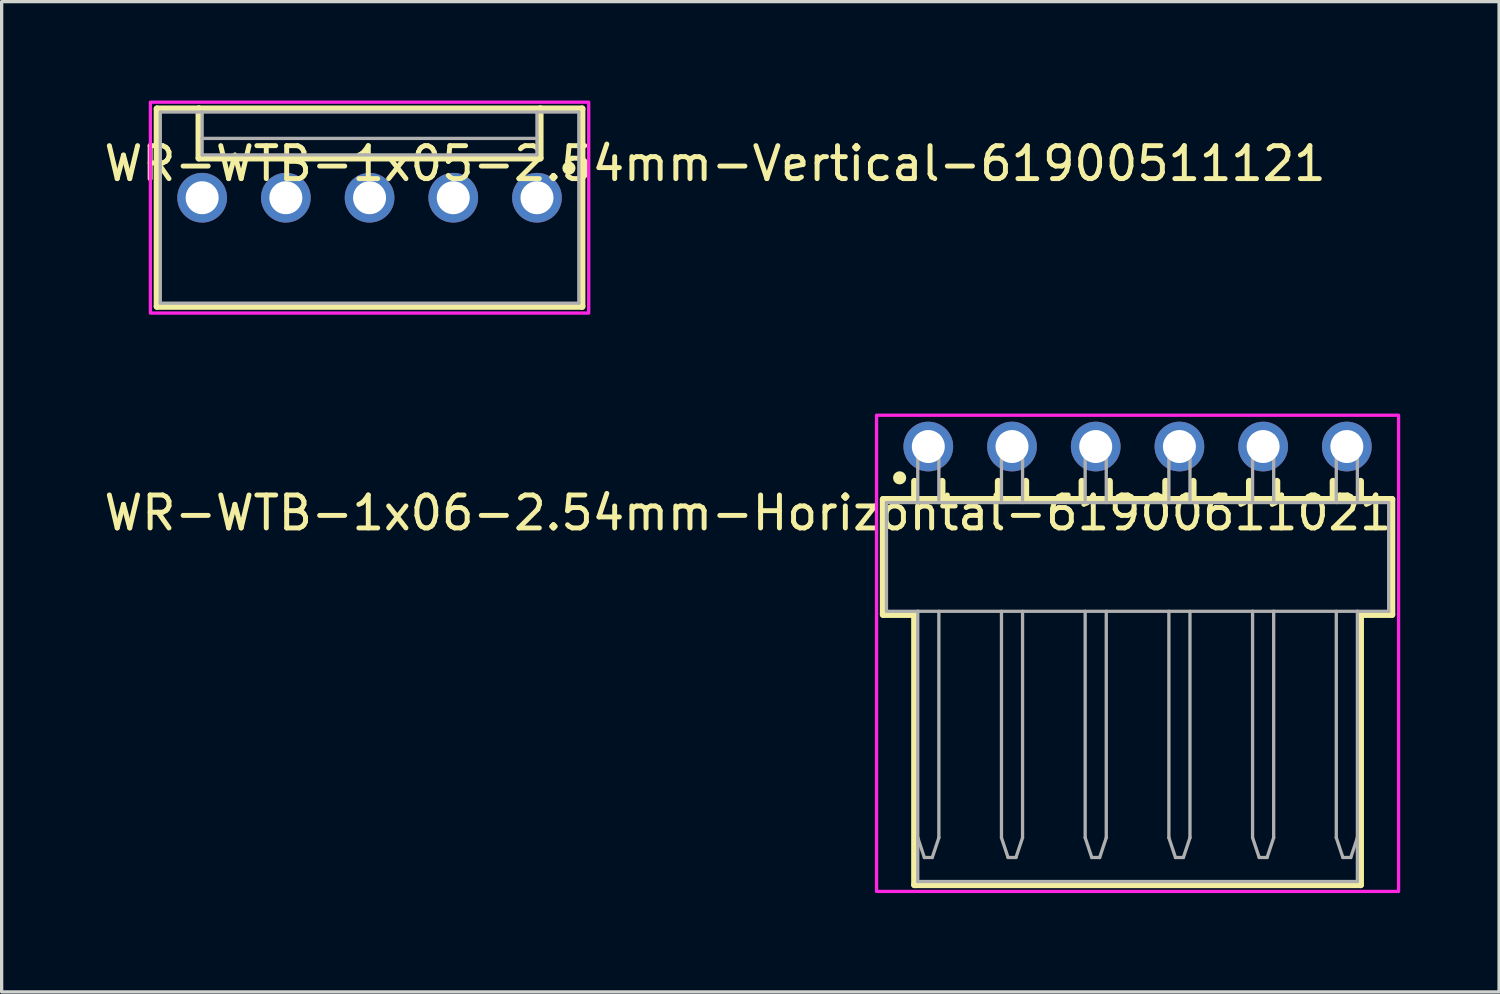
<source format=kicad_pcb>
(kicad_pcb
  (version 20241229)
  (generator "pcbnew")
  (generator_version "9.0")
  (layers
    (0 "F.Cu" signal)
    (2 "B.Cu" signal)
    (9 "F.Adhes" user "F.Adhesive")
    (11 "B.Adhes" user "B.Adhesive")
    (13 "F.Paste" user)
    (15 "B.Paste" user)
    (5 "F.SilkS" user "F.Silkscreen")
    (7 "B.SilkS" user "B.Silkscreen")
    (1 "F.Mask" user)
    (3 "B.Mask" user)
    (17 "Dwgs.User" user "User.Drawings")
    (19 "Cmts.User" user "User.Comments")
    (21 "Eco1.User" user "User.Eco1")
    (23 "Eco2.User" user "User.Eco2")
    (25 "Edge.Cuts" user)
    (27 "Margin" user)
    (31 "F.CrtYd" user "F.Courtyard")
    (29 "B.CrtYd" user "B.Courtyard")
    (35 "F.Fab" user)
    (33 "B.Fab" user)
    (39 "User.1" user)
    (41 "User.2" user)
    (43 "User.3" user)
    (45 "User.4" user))
  (footprint "WR-WTB-1x06-2.54mm-Horizontal-61900611021"
    (layer "F.Cu")
    (at 31.469 13.85)
    (property "Reference" "WR-WTB-1x06-2.54mm-Horizontal-61900611021" (at -11.82 -1.335 0) (layer "F.SilkS") (effects (font (size 1 1) (thickness 0.15))))
    (attr through_hole)
    (fp_line (start -7.72 -1.75) (end -6.77 -1.75) (stroke (width 0.2) (type solid)) (layer "F.SilkS"))
    (fp_line (start -7.72 1.75) (end -7.72 -1.75) (stroke (width 0.2) (type solid)) (layer "F.SilkS"))
    (fp_line (start -6.77 -2.3) (end -6.77 -1.75) (stroke (width 0.2) (type solid)) (layer "F.SilkS"))
    (fp_line (start -6.77 -1.75) (end -5.93 -1.75) (stroke (width 0.2) (type solid)) (layer "F.SilkS"))
    (fp_line (start -6.77 1.75) (end -7.72 1.75) (stroke (width 0.2) (type solid)) (layer "F.SilkS"))
    (fp_line (start -6.77 9.95) (end -6.77 1.75) (stroke (width 0.2) (type solid)) (layer "F.SilkS"))
    (fp_line (start -5.93 -2.3) (end -5.93 -1.75) (stroke (width 0.2) (type solid)) (layer "F.SilkS"))
    (fp_line (start -5.93 -1.75) (end 7.72 -1.75) (stroke (width 0.2) (type solid)) (layer "F.SilkS"))
    (fp_line (start -4.23 -2.3) (end -4.23 -1.75) (stroke (width 0.2) (type solid)) (layer "F.SilkS"))
    (fp_line (start -3.39 -2.3) (end -3.39 -1.75) (stroke (width 0.2) (type solid)) (layer "F.SilkS"))
    (fp_line (start -1.69 -2.3) (end -1.69 -1.75) (stroke (width 0.2) (type solid)) (layer "F.SilkS"))
    (fp_line (start -0.85 -2.3) (end -0.85 -1.75) (stroke (width 0.2) (type solid)) (layer "F.SilkS"))
    (fp_line (start 0.85 -2.3) (end 0.85 -1.75) (stroke (width 0.2) (type solid)) (layer "F.SilkS"))
    (fp_line (start 1.69 -2.3) (end 1.69 -1.75) (stroke (width 0.2) (type solid)) (layer "F.SilkS"))
    (fp_line (start 3.39 -2.3) (end 3.39 -1.75) (stroke (width 0.2) (type solid)) (layer "F.SilkS"))
    (fp_line (start 4.23 -2.3) (end 4.23 -1.75) (stroke (width 0.2) (type solid)) (layer "F.SilkS"))
    (fp_line (start 5.93 -2.3) (end 5.93 -1.75) (stroke (width 0.2) (type solid)) (layer "F.SilkS"))
    (fp_line (start 6.77 -2.3) (end 6.77 -1.75) (stroke (width 0.2) (type solid)) (layer "F.SilkS"))
    (fp_line (start 6.77 1.75) (end 6.77 9.95) (stroke (width 0.2) (type solid)) (layer "F.SilkS"))
    (fp_line (start 6.77 9.95) (end -6.77 9.95) (stroke (width 0.2) (type solid)) (layer "F.SilkS"))
    (fp_line (start 7.72 -1.75) (end 7.72 1.75) (stroke (width 0.2) (type solid)) (layer "F.SilkS"))
    (fp_line (start 7.72 1.75) (end 6.77 1.75) (stroke (width 0.2) (type solid)) (layer "F.SilkS"))
    (fp_circle (center -7.22 -2.4) (end -7.12 -2.4) (stroke (width 0.2) (type solid)) (fill no) (layer "F.SilkS"))
    (fp_poly (pts (xy -7.92 -4.3) (xy 7.92 -4.3) (xy 7.92 10.15) (xy -7.92 10.15)) (stroke (width 0.1) (type solid)) (fill no) (layer "F.CrtYd"))
    (fp_line (start -7.62 -1.65) (end 3.49 -1.65) (stroke (width 0.1) (type solid)) (layer "F.Fab"))
    (fp_line (start -7.62 1.65) (end -7.62 -1.65) (stroke (width 0.1) (type solid)) (layer "F.Fab"))
    (fp_line (start -7.62 1.65) (end -6.67 1.65) (stroke (width 0.1) (type solid)) (layer "F.Fab"))
    (fp_line (start -6.67 -3.67) (end -6.67 -1.65) (stroke (width 0.1) (type solid)) (layer "F.Fab"))
    (fp_line (start -6.67 -3.67) (end -6.03 -3.67) (stroke (width 0.1) (type solid)) (layer "F.Fab"))
    (fp_line (start -6.67 1.65) (end -6.67 8.52) (stroke (width 0.1) (type solid)) (layer "F.Fab"))
    (fp_line (start -6.67 1.65) (end 3.49 1.65) (stroke (width 0.1) (type solid)) (layer "F.Fab"))
    (fp_line (start -6.67 8.52) (end -6.47 9.12) (stroke (width 0.1) (type solid)) (layer "F.Fab"))
    (fp_line (start -6.67 9.85) (end -6.67 8.52) (stroke (width 0.1) (type solid)) (layer "F.Fab"))
    (fp_line (start -6.47 9.12) (end -6.23 9.12) (stroke (width 0.1) (type solid)) (layer "F.Fab"))
    (fp_line (start -6.23 9.12) (end -6.03 8.52) (stroke (width 0.1) (type solid)) (layer "F.Fab"))
    (fp_line (start -6.03 -3.67) (end -6.03 -1.65) (stroke (width 0.1) (type solid)) (layer "F.Fab"))
    (fp_line (start -6.03 8.52) (end -6.03 1.65) (stroke (width 0.1) (type solid)) (layer "F.Fab"))
    (fp_line (start -4.13 -3.67) (end -4.13 -1.65) (stroke (width 0.1) (type solid)) (layer "F.Fab"))
    (fp_line (start -4.13 -3.67) (end -3.49 -3.67) (stroke (width 0.1) (type solid)) (layer "F.Fab"))
    (fp_line (start -4.13 1.65) (end -4.13 8.52) (stroke (width 0.1) (type solid)) (layer "F.Fab"))
    (fp_line (start -4.13 8.52) (end -3.93 9.12) (stroke (width 0.1) (type solid)) (layer "F.Fab"))
    (fp_line (start -3.93 9.12) (end -3.69 9.12) (stroke (width 0.1) (type solid)) (layer "F.Fab"))
    (fp_line (start -3.69 9.12) (end -3.49 8.52) (stroke (width 0.1) (type solid)) (layer "F.Fab"))
    (fp_line (start -3.49 -3.67) (end -3.49 -1.65) (stroke (width 0.1) (type solid)) (layer "F.Fab"))
    (fp_line (start -3.49 8.52) (end -3.49 1.65) (stroke (width 0.1) (type solid)) (layer "F.Fab"))
    (fp_line (start -1.59 -3.67) (end -1.59 -1.65) (stroke (width 0.1) (type solid)) (layer "F.Fab"))
    (fp_line (start -1.59 -3.67) (end -0.95 -3.67) (stroke (width 0.1) (type solid)) (layer "F.Fab"))
    (fp_line (start -1.59 1.65) (end -1.59 8.52) (stroke (width 0.1) (type solid)) (layer "F.Fab"))
    (fp_line (start -1.59 8.52) (end -1.39 9.12) (stroke (width 0.1) (type solid)) (layer "F.Fab"))
    (fp_line (start -1.39 9.12) (end -1.15 9.12) (stroke (width 0.1) (type solid)) (layer "F.Fab"))
    (fp_line (start -1.15 9.12) (end -0.95 8.52) (stroke (width 0.1) (type solid)) (layer "F.Fab"))
    (fp_line (start -0.95 -3.67) (end -0.95 -1.65) (stroke (width 0.1) (type solid)) (layer "F.Fab"))
    (fp_line (start -0.95 8.52) (end -0.95 1.65) (stroke (width 0.1) (type solid)) (layer "F.Fab"))
    (fp_line (start 0.95 -3.67) (end 0.95 -1.65) (stroke (width 0.1) (type solid)) (layer "F.Fab"))
    (fp_line (start 0.95 -3.67) (end 1.59 -3.67) (stroke (width 0.1) (type solid)) (layer "F.Fab"))
    (fp_line (start 0.95 1.65) (end 0.95 8.52) (stroke (width 0.1) (type solid)) (layer "F.Fab"))
    (fp_line (start 0.95 8.52) (end 1.15 9.12) (stroke (width 0.1) (type solid)) (layer "F.Fab"))
    (fp_line (start 1.15 9.12) (end 1.39 9.12) (stroke (width 0.1) (type solid)) (layer "F.Fab"))
    (fp_line (start 1.39 9.12) (end 1.59 8.52) (stroke (width 0.1) (type solid)) (layer "F.Fab"))
    (fp_line (start 1.59 -3.67) (end 1.59 -1.65) (stroke (width 0.1) (type solid)) (layer "F.Fab"))
    (fp_line (start 1.59 8.52) (end 1.59 1.65) (stroke (width 0.1) (type solid)) (layer "F.Fab"))
    (fp_line (start 3.49 -3.67) (end 3.49 -1.65) (stroke (width 0.1) (type solid)) (layer "F.Fab"))
    (fp_line (start 3.49 -3.67) (end 4.13 -3.67) (stroke (width 0.1) (type solid)) (layer "F.Fab"))
    (fp_line (start 3.49 -1.65) (end 4.13 -1.65) (stroke (width 0.1) (type solid)) (layer "F.Fab"))
    (fp_line (start 3.49 1.65) (end 3.49 8.52) (stroke (width 0.1) (type solid)) (layer "F.Fab"))
    (fp_line (start 3.49 1.65) (end 4.13 1.65) (stroke (width 0.1) (type solid)) (layer "F.Fab"))
    (fp_line (start 3.49 8.52) (end 3.69 9.12) (stroke (width 0.1) (type solid)) (layer "F.Fab"))
    (fp_line (start 3.69 9.12) (end 3.93 9.12) (stroke (width 0.1) (type solid)) (layer "F.Fab"))
    (fp_line (start 3.93 9.12) (end 4.13 8.52) (stroke (width 0.1) (type solid)) (layer "F.Fab"))
    (fp_line (start 4.13 -3.67) (end 4.13 -1.65) (stroke (width 0.1) (type solid)) (layer "F.Fab"))
    (fp_line (start 4.13 -1.65) (end 7.62 -1.65) (stroke (width 0.1) (type solid)) (layer "F.Fab"))
    (fp_line (start 4.13 1.65) (end 6.67 1.65) (stroke (width 0.1) (type solid)) (layer "F.Fab"))
    (fp_line (start 4.13 8.52) (end 4.13 1.65) (stroke (width 0.1) (type solid)) (layer "F.Fab"))
    (fp_line (start 6.03 -3.67) (end 6.03 -1.65) (stroke (width 0.1) (type solid)) (layer "F.Fab"))
    (fp_line (start 6.03 -3.67) (end 6.67 -3.67) (stroke (width 0.1) (type solid)) (layer "F.Fab"))
    (fp_line (start 6.03 1.65) (end 6.03 8.52) (stroke (width 0.1) (type solid)) (layer "F.Fab"))
    (fp_line (start 6.03 8.52) (end 6.23 9.12) (stroke (width 0.1) (type solid)) (layer "F.Fab"))
    (fp_line (start 6.23 9.12) (end 6.47 9.12) (stroke (width 0.1) (type solid)) (layer "F.Fab"))
    (fp_line (start 6.47 9.12) (end 6.67 8.52) (stroke (width 0.1) (type solid)) (layer "F.Fab"))
    (fp_line (start 6.67 -3.67) (end 6.67 -1.65) (stroke (width 0.1) (type solid)) (layer "F.Fab"))
    (fp_line (start 6.67 1.65) (end 7.62 1.65) (stroke (width 0.1) (type solid)) (layer "F.Fab"))
    (fp_line (start 6.67 8.52) (end 6.67 1.65) (stroke (width 0.1) (type solid)) (layer "F.Fab"))
    (fp_line (start 6.67 9.85) (end -6.67 9.85) (stroke (width 0.1) (type solid)) (layer "F.Fab"))
    (fp_line (start 6.67 9.85) (end 6.67 8.52) (stroke (width 0.1) (type solid)) (layer "F.Fab"))
    (fp_line (start 7.62 -1.65) (end 7.62 1.65) (stroke (width 0.1) (type solid)) (layer "F.Fab"))
    (pad "1" thru_hole circle (at -6.35 -3.35) (size 1.508 1.508) (drill 1) (layers "*.Cu" "*.Mask"))
    (pad "2" thru_hole circle (at -3.81 -3.35) (size 1.508 1.508) (drill 1) (layers "*.Cu" "*.Mask"))
    (pad "3" thru_hole circle (at -1.27 -3.35) (size 1.508 1.508) (drill 1) (layers "*.Cu" "*.Mask"))
    (pad "4" thru_hole circle (at 1.27 -3.35) (size 1.508 1.508) (drill 1) (layers "*.Cu" "*.Mask"))
    (pad "5" thru_hole circle (at 3.81 -3.35) (size 1.508 1.508) (drill 1) (layers "*.Cu" "*.Mask"))
    (pad "6" thru_hole circle (at 6.35 -3.35) (size 1.508 1.508) (drill 1) (layers "*.Cu" "*.Mask")))
  (footprint "WR-WTB-1x05-2.54mm-Vertical-61900511121"
    (layer "F.Cu")
    (at 8.164 3.25)
    (property "Reference" "WR-WTB-1x05-2.54mm-Vertical-61900511121" (at 10.485 -1.335 0) (layer "F.SilkS") (effects (font (size 1 1) (thickness 0.15))))
    (attr through_hole)
    (fp_line (start -6.45 -3) (end -5.18 -3) (stroke (width 0.2) (type solid)) (layer "F.SilkS"))
    (fp_line (start -6.45 3) (end -6.45 -3) (stroke (width 0.2) (type solid)) (layer "F.SilkS"))
    (fp_line (start -5.18 -3) (end -5.18 -1.5) (stroke (width 0.2) (type solid)) (layer "F.SilkS"))
    (fp_line (start -5.18 -3) (end 5.18 -3) (stroke (width 0.2) (type solid)) (layer "F.SilkS"))
    (fp_line (start -5.18 -1.5) (end 5.18 -1.5) (stroke (width 0.2) (type solid)) (layer "F.SilkS"))
    (fp_line (start 5.18 -3) (end 6.45 -3) (stroke (width 0.2) (type solid)) (layer "F.SilkS"))
    (fp_line (start 5.18 -1.5) (end 5.18 -3) (stroke (width 0.2) (type solid)) (layer "F.SilkS"))
    (fp_line (start 6.45 -3) (end 6.45 3) (stroke (width 0.2) (type solid)) (layer "F.SilkS"))
    (fp_line (start 6.45 3) (end -6.45 3) (stroke (width 0.2) (type solid)) (layer "F.SilkS"))
    (fp_circle (center 6.05 -1.2) (end 6.15 -1.2) (stroke (width 0.2) (type solid)) (fill no) (layer "F.SilkS"))
    (fp_poly (pts (xy -6.65 -3.2) (xy 6.65 -3.2) (xy 6.65 3.2) (xy -6.65 3.2)) (stroke (width 0.1) (type solid)) (fill no) (layer "F.CrtYd"))
    (fp_line (start -6.35 -2.9) (end -5.08 -2.9) (stroke (width 0.1) (type solid)) (layer "F.Fab"))
    (fp_line (start -6.35 2.9) (end -6.35 -2.9) (stroke (width 0.1) (type solid)) (layer "F.Fab"))
    (fp_line (start -5.08 -2.9) (end -5.08 -2.1) (stroke (width 0.1) (type solid)) (layer "F.Fab"))
    (fp_line (start -5.08 -2.9) (end 5.08 -2.9) (stroke (width 0.1) (type solid)) (layer "F.Fab"))
    (fp_line (start -5.08 -2.1) (end 5.08 -2.1) (stroke (width 0.1) (type solid)) (layer "F.Fab"))
    (fp_line (start -5.08 -1.6) (end -5.08 -2.1) (stroke (width 0.1) (type solid)) (layer "F.Fab"))
    (fp_line (start 5.08 -2.9) (end 6.35 -2.9) (stroke (width 0.1) (type solid)) (layer "F.Fab"))
    (fp_line (start 5.08 -2.1) (end 5.08 -2.9) (stroke (width 0.1) (type solid)) (layer "F.Fab"))
    (fp_line (start 5.08 -1.6) (end -5.08 -1.6) (stroke (width 0.1) (type solid)) (layer "F.Fab"))
    (fp_line (start 5.08 -1.6) (end 5.08 -2.1) (stroke (width 0.1) (type solid)) (layer "F.Fab"))
    (fp_line (start 6.35 -2.9) (end 6.35 2.9) (stroke (width 0.1) (type solid)) (layer "F.Fab"))
    (fp_line (start 6.35 2.9) (end -6.35 2.9) (stroke (width 0.1) (type solid)) (layer "F.Fab"))
    (pad "1" thru_hole circle (at 5.08 -0.3) (size 1.508 1.508) (drill 1) (layers "*.Cu" "*.Mask"))
    (pad "2" thru_hole circle (at 2.54 -0.3) (size 1.508 1.508) (drill 1) (layers "*.Cu" "*.Mask"))
    (pad "3" thru_hole circle (at 0 -0.3) (size 1.508 1.508) (drill 1) (layers "*.Cu" "*.Mask"))
    (pad "4" thru_hole circle (at -2.54 -0.3) (size 1.508 1.508) (drill 1) (layers "*.Cu" "*.Mask"))
    (pad "5" thru_hole circle (at -5.08 -0.3) (size 1.508 1.508) (drill 1) (layers "*.Cu" "*.Mask")))
  (gr_rect
    (start -3 -3)
    (end 42.439 27.05)
    (stroke (width 0.1) (type default))
    (fill no)
    (layer "Edge.Cuts")))
</source>
